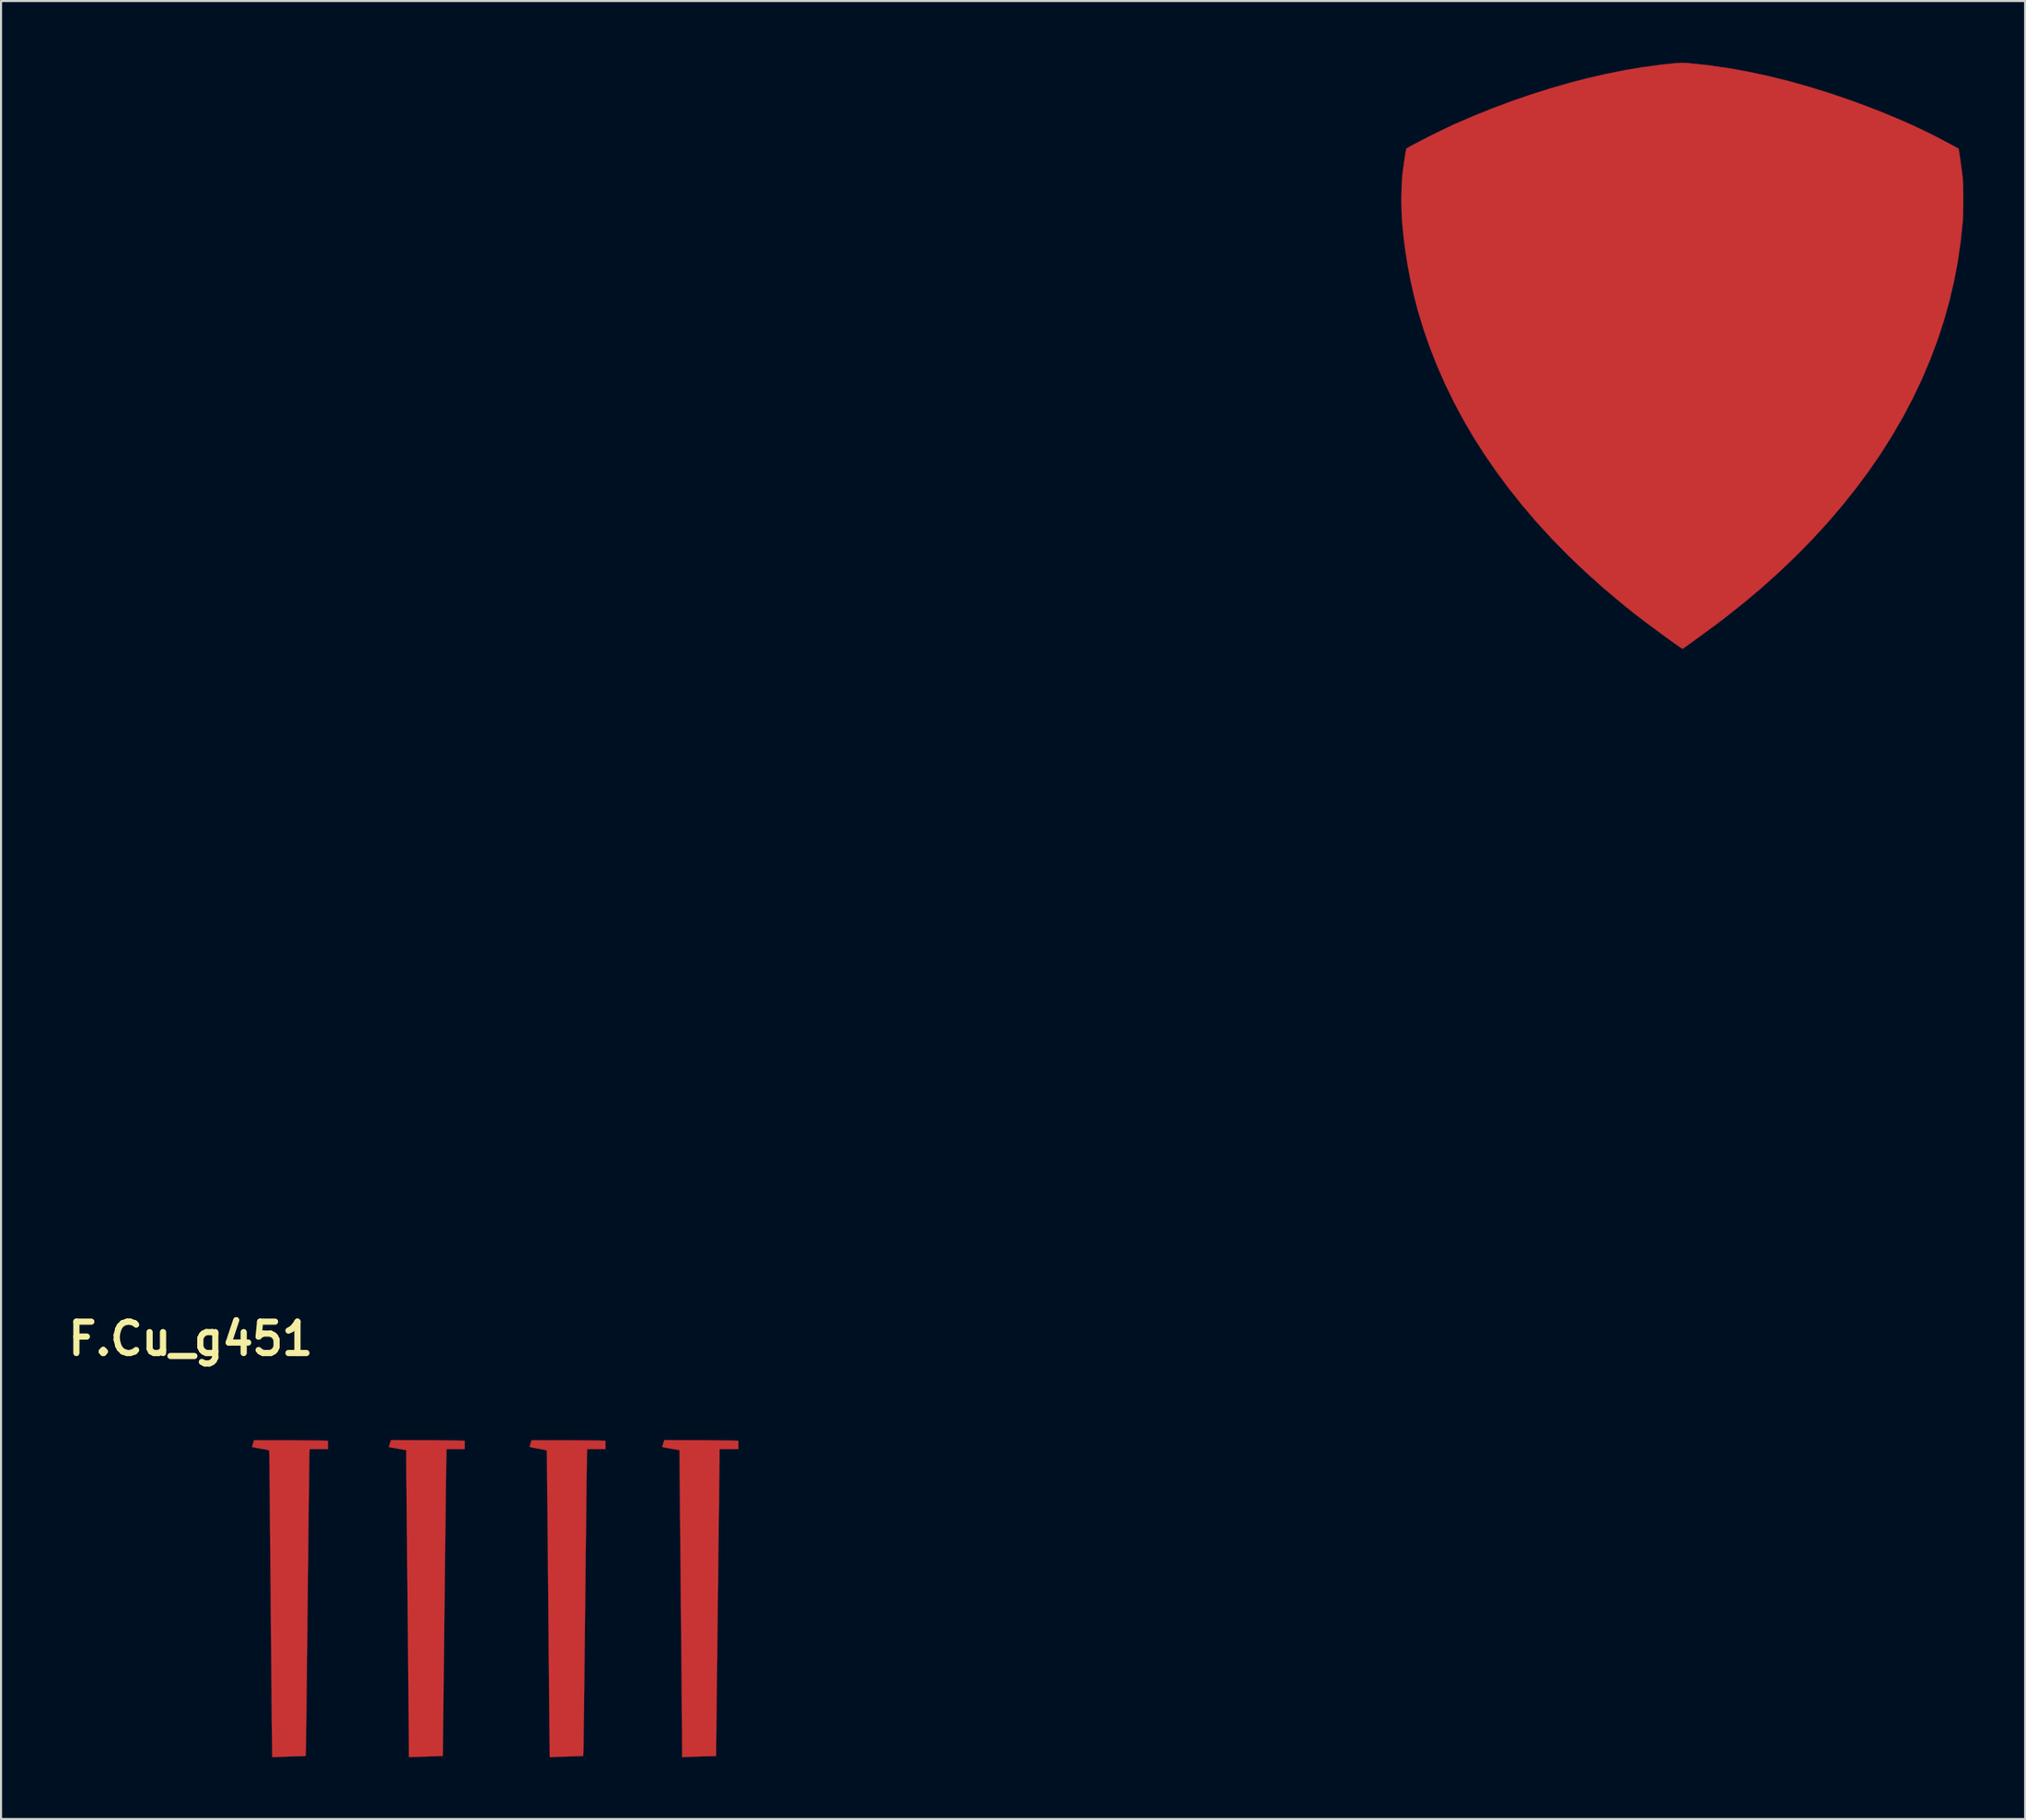
<source format=kicad_pcb>
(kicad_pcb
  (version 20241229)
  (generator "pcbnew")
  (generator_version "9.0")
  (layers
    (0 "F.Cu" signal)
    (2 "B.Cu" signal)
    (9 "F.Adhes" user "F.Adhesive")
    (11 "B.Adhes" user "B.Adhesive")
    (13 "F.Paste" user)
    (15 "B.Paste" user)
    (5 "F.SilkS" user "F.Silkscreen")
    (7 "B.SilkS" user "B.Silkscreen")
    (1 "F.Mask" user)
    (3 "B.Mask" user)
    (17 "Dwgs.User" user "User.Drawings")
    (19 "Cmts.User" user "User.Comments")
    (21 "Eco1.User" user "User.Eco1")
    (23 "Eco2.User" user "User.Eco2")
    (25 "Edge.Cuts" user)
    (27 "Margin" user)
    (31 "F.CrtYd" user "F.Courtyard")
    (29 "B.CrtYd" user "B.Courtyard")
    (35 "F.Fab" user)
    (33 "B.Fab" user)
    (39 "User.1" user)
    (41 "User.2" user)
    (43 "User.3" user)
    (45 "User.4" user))
  (footprint "F.Cu_g451"
    (layer "F.Cu")
    (at 6.212 61.996)
    (property "Reference" "F.Cu_g451" (at 0 0 0) (layer "F.SilkS") (effects (font (size 1.524 1.524) (thickness 0.3))))
    (attr through_hole)
    (fp_poly (pts (xy 11.224 4.926) (xy 11.48 4.927) (xy 11.732 4.928) (xy 11.974 4.93) (xy 12.202 4.932) (xy 12.411 4.934) (xy 12.598 4.936) (xy 12.758 4.938) (xy 12.887 4.941) (xy 12.98 4.943) (xy 13.012 4.944) (xy 13.314 4.957) (xy 13.314 5.355) (xy 12.43 5.355) (xy 12.417 5.868) (xy 12.415 5.931) (xy 12.414 6.034) (xy 12.411 6.176) (xy 12.409 6.354) (xy 12.406 6.568) (xy 12.403 6.816) (xy 12.399 7.095) (xy 12.395 7.404) (xy 12.391 7.742) (xy 12.386 8.105) (xy 12.382 8.494) (xy 12.377 8.905) (xy 12.372 9.337) (xy 12.366 9.789) (xy 12.361 10.258) (xy 12.355 10.743) (xy 12.349 11.242) (xy 12.343 11.753) (xy 12.337 12.275) (xy 12.331 12.806) (xy 12.329 13.018) (xy 12.323 13.548) (xy 12.317 14.07) (xy 12.311 14.581) (xy 12.306 15.079) (xy 12.3 15.563) (xy 12.295 16.031) (xy 12.29 16.481) (xy 12.285 16.911) (xy 12.28 17.321) (xy 12.276 17.707) (xy 12.272 18.069) (xy 12.268 18.405) (xy 12.264 18.713) (xy 12.261 18.992) (xy 12.258 19.239) (xy 12.256 19.453) (xy 12.254 19.632) (xy 12.252 19.775) (xy 12.251 19.879) (xy 12.25 19.944) (xy 12.25 19.96) (xy 12.245 20.267) (xy 11.885 20.28) (xy 11.746 20.285) (xy 11.579 20.291) (xy 11.398 20.297) (xy 11.218 20.303) (xy 11.065 20.308) (xy 10.604 20.322) (xy 10.604 19.967) (xy 10.604 19.917) (xy 10.603 19.827) (xy 10.602 19.698) (xy 10.601 19.531) (xy 10.599 19.33) (xy 10.597 19.094) (xy 10.595 18.827) (xy 10.592 18.529) (xy 10.59 18.202) (xy 10.586 17.849) (xy 10.583 17.471) (xy 10.579 17.069) (xy 10.575 16.645) (xy 10.571 16.201) (xy 10.567 15.74) (xy 10.563 15.261) (xy 10.558 14.768) (xy 10.553 14.261) (xy 10.548 13.743) (xy 10.543 13.215) (xy 10.541 12.975) (xy 10.536 12.442) (xy 10.531 11.918) (xy 10.526 11.403) (xy 10.521 10.901) (xy 10.517 10.411) (xy 10.513 9.938) (xy 10.508 9.481) (xy 10.504 9.043) (xy 10.501 8.625) (xy 10.497 8.23) (xy 10.494 7.859) (xy 10.491 7.514) (xy 10.488 7.196) (xy 10.485 6.908) (xy 10.483 6.651) (xy 10.482 6.427) (xy 10.48 6.237) (xy 10.479 6.083) (xy 10.478 5.968) (xy 10.478 5.893) (xy 10.478 5.874) (xy 10.477 5.408) (xy 10.059 5.336) (xy 9.932 5.314) (xy 9.819 5.294) (xy 9.728 5.277) (xy 9.665 5.265) (xy 9.635 5.259) (xy 9.634 5.258) (xy 9.637 5.237) (xy 9.651 5.185) (xy 9.673 5.113) (xy 9.682 5.087) (xy 9.737 4.921) (xy 11.224 4.926)) (stroke (width 0.01) (type solid)) (fill yes) (layer "F.Cu"))
    (fp_poly (pts (xy 24.485 4.926) (xy 24.742 4.927) (xy 24.994 4.928) (xy 25.236 4.93) (xy 25.466 4.932) (xy 25.677 4.934) (xy 25.866 4.936) (xy 26.028 4.938) (xy 26.158 4.941) (xy 26.253 4.943) (xy 26.284 4.944) (xy 26.607 4.957) (xy 26.607 5.355) (xy 25.696 5.355) (xy 25.696 5.435) (xy 25.696 5.462) (xy 25.695 5.529) (xy 25.694 5.636) (xy 25.692 5.781) (xy 25.69 5.962) (xy 25.688 6.177) (xy 25.685 6.425) (xy 25.682 6.704) (xy 25.678 7.014) (xy 25.674 7.351) (xy 25.67 7.715) (xy 25.665 8.104) (xy 25.66 8.517) (xy 25.655 8.952) (xy 25.65 9.407) (xy 25.644 9.88) (xy 25.638 10.371) (xy 25.632 10.878) (xy 25.626 11.399) (xy 25.62 11.932) (xy 25.613 12.476) (xy 25.612 12.626) (xy 25.605 13.175) (xy 25.599 13.715) (xy 25.593 14.243) (xy 25.586 14.759) (xy 25.581 15.26) (xy 25.575 15.745) (xy 25.569 16.213) (xy 25.564 16.661) (xy 25.559 17.089) (xy 25.555 17.494) (xy 25.55 17.875) (xy 25.546 18.23) (xy 25.543 18.558) (xy 25.539 18.856) (xy 25.536 19.125) (xy 25.534 19.36) (xy 25.531 19.562) (xy 25.53 19.729) (xy 25.528 19.858) (xy 25.528 19.949) (xy 25.527 19.999) (xy 25.527 20.005) (xy 25.527 20.272) (xy 25.014 20.286) (xy 24.847 20.29) (xy 24.673 20.296) (xy 24.503 20.301) (xy 24.349 20.306) (xy 24.221 20.311) (xy 24.188 20.313) (xy 23.876 20.326) (xy 23.876 19.693) (xy 23.876 19.621) (xy 23.875 19.508) (xy 23.874 19.357) (xy 23.873 19.169) (xy 23.871 18.945) (xy 23.869 18.689) (xy 23.867 18.401) (xy 23.864 18.083) (xy 23.861 17.737) (xy 23.858 17.366) (xy 23.854 16.97) (xy 23.851 16.551) (xy 23.847 16.112) (xy 23.843 15.655) (xy 23.838 15.18) (xy 23.834 14.69) (xy 23.829 14.187) (xy 23.824 13.672) (xy 23.819 13.147) (xy 23.814 12.615) (xy 23.812 12.425) (xy 23.807 11.895) (xy 23.803 11.376) (xy 23.798 10.868) (xy 23.793 10.373) (xy 23.789 9.893) (xy 23.784 9.43) (xy 23.78 8.984) (xy 23.776 8.559) (xy 23.772 8.155) (xy 23.769 7.775) (xy 23.765 7.419) (xy 23.762 7.09) (xy 23.76 6.789) (xy 23.757 6.518) (xy 23.755 6.278) (xy 23.753 6.072) (xy 23.752 5.9) (xy 23.75 5.765) (xy 23.75 5.668) (xy 23.749 5.611) (xy 23.749 5.598) (xy 23.749 5.407) (xy 23.335 5.335) (xy 23.208 5.312) (xy 23.097 5.292) (xy 23.007 5.274) (xy 22.944 5.26) (xy 22.916 5.252) (xy 22.915 5.251) (xy 22.918 5.226) (xy 22.932 5.172) (xy 22.953 5.099) (xy 22.959 5.08) (xy 23.01 4.921) (xy 24.485 4.926)) (stroke (width 0.01) (type solid)) (fill yes) (layer "F.Cu"))
    (fp_poly (pts (xy 4.636 4.93) (xy 4.896 4.93) (xy 5.148 4.931) (xy 5.39 4.933) (xy 5.617 4.934) (xy 5.825 4.936) (xy 6.01 4.938) (xy 6.167 4.94) (xy 6.294 4.942) (xy 6.385 4.944) (xy 6.429 4.946) (xy 6.668 4.959) (xy 6.668 5.355) (xy 5.782 5.355) (xy 5.771 5.551) (xy 5.77 5.587) (xy 5.768 5.664) (xy 5.766 5.78) (xy 5.764 5.934) (xy 5.761 6.123) (xy 5.758 6.347) (xy 5.755 6.603) (xy 5.751 6.89) (xy 5.747 7.207) (xy 5.743 7.551) (xy 5.738 7.921) (xy 5.733 8.316) (xy 5.728 8.734) (xy 5.723 9.173) (xy 5.718 9.632) (xy 5.712 10.109) (xy 5.707 10.602) (xy 5.701 11.109) (xy 5.695 11.63) (xy 5.69 12.163) (xy 5.684 12.705) (xy 5.684 12.711) (xy 5.678 13.254) (xy 5.672 13.789) (xy 5.666 14.312) (xy 5.66 14.823) (xy 5.655 15.319) (xy 5.649 15.8) (xy 5.644 16.263) (xy 5.639 16.707) (xy 5.634 17.13) (xy 5.629 17.53) (xy 5.624 17.906) (xy 5.62 18.257) (xy 5.616 18.579) (xy 5.612 18.873) (xy 5.609 19.136) (xy 5.606 19.366) (xy 5.603 19.563) (xy 5.601 19.723) (xy 5.599 19.846) (xy 5.597 19.93) (xy 5.596 19.973) (xy 5.584 20.272) (xy 5.083 20.286) (xy 4.918 20.29) (xy 4.746 20.296) (xy 4.577 20.301) (xy 4.424 20.307) (xy 4.299 20.311) (xy 4.274 20.313) (xy 3.965 20.326) (xy 3.952 19.354) (xy 3.951 19.253) (xy 3.949 19.112) (xy 3.947 18.932) (xy 3.945 18.715) (xy 3.942 18.464) (xy 3.94 18.181) (xy 3.936 17.867) (xy 3.933 17.524) (xy 3.93 17.155) (xy 3.926 16.762) (xy 3.922 16.345) (xy 3.918 15.908) (xy 3.914 15.452) (xy 3.91 14.98) (xy 3.905 14.492) (xy 3.901 13.992) (xy 3.896 13.481) (xy 3.892 12.961) (xy 3.887 12.434) (xy 3.883 11.938) (xy 3.878 11.418) (xy 3.874 10.909) (xy 3.87 10.412) (xy 3.865 9.929) (xy 3.861 9.462) (xy 3.857 9.012) (xy 3.853 8.581) (xy 3.849 8.171) (xy 3.845 7.783) (xy 3.842 7.419) (xy 3.838 7.08) (xy 3.835 6.769) (xy 3.832 6.486) (xy 3.83 6.234) (xy 3.827 6.014) (xy 3.825 5.827) (xy 3.823 5.676) (xy 3.822 5.562) (xy 3.82 5.487) (xy 3.819 5.451) (xy 3.819 5.449) (xy 3.813 5.434) (xy 3.797 5.42) (xy 3.765 5.407) (xy 3.713 5.393) (xy 3.634 5.376) (xy 3.524 5.356) (xy 3.398 5.334) (xy 3.272 5.311) (xy 3.161 5.29) (xy 3.072 5.272) (xy 3.011 5.259) (xy 2.985 5.251) (xy 2.985 5.25) (xy 2.99 5.226) (xy 3.006 5.172) (xy 3.027 5.099) (xy 3.032 5.083) (xy 3.08 4.927) (xy 4.636 4.93)) (stroke (width 0.01) (type solid)) (fill yes) (layer "F.Cu"))
    (fp_poly (pts (xy 18.119 4.93) (xy 18.379 4.93) (xy 18.632 4.931) (xy 18.874 4.933) (xy 19.1 4.934) (xy 19.308 4.936) (xy 19.493 4.938) (xy 19.65 4.94) (xy 19.777 4.942) (xy 19.868 4.944) (xy 19.913 4.946) (xy 20.151 4.959) (xy 20.151 5.355) (xy 19.266 5.355) (xy 19.254 5.551) (xy 19.253 5.587) (xy 19.251 5.664) (xy 19.249 5.78) (xy 19.247 5.934) (xy 19.244 6.123) (xy 19.241 6.347) (xy 19.238 6.603) (xy 19.234 6.89) (xy 19.23 7.207) (xy 19.226 7.551) (xy 19.221 7.921) (xy 19.217 8.316) (xy 19.212 8.734) (xy 19.206 9.173) (xy 19.201 9.632) (xy 19.196 10.109) (xy 19.19 10.602) (xy 19.184 11.109) (xy 19.179 11.63) (xy 19.173 12.163) (xy 19.167 12.705) (xy 19.167 12.711) (xy 19.161 13.254) (xy 19.155 13.789) (xy 19.149 14.312) (xy 19.143 14.823) (xy 19.138 15.319) (xy 19.132 15.8) (xy 19.127 16.263) (xy 19.122 16.707) (xy 19.117 17.13) (xy 19.112 17.53) (xy 19.108 17.906) (xy 19.103 18.257) (xy 19.099 18.579) (xy 19.096 18.873) (xy 19.092 19.136) (xy 19.089 19.366) (xy 19.086 19.563) (xy 19.084 19.723) (xy 19.082 19.846) (xy 19.08 19.93) (xy 19.079 19.973) (xy 19.067 20.272) (xy 18.566 20.286) (xy 18.401 20.29) (xy 18.229 20.296) (xy 18.06 20.301) (xy 17.908 20.307) (xy 17.783 20.311) (xy 17.757 20.313) (xy 17.448 20.326) (xy 17.435 19.354) (xy 17.434 19.253) (xy 17.432 19.112) (xy 17.43 18.932) (xy 17.428 18.715) (xy 17.426 18.464) (xy 17.423 18.181) (xy 17.42 17.867) (xy 17.417 17.524) (xy 17.413 17.155) (xy 17.409 16.762) (xy 17.406 16.345) (xy 17.402 15.908) (xy 17.397 15.452) (xy 17.393 14.98) (xy 17.389 14.492) (xy 17.384 13.992) (xy 17.38 13.481) (xy 17.375 12.961) (xy 17.371 12.434) (xy 17.366 11.938) (xy 17.362 11.418) (xy 17.357 10.909) (xy 17.353 10.412) (xy 17.349 9.929) (xy 17.344 9.462) (xy 17.34 9.012) (xy 17.336 8.581) (xy 17.332 8.171) (xy 17.329 7.783) (xy 17.325 7.419) (xy 17.322 7.08) (xy 17.318 6.769) (xy 17.316 6.486) (xy 17.313 6.234) (xy 17.31 6.014) (xy 17.308 5.827) (xy 17.306 5.676) (xy 17.305 5.562) (xy 17.304 5.487) (xy 17.303 5.451) (xy 17.302 5.449) (xy 17.296 5.434) (xy 17.28 5.42) (xy 17.248 5.407) (xy 17.196 5.393) (xy 17.117 5.376) (xy 17.007 5.356) (xy 16.881 5.334) (xy 16.755 5.311) (xy 16.644 5.29) (xy 16.555 5.272) (xy 16.495 5.259) (xy 16.468 5.251) (xy 16.468 5.25) (xy 16.474 5.226) (xy 16.489 5.172) (xy 16.511 5.099) (xy 16.515 5.083) (xy 16.563 4.927) (xy 18.119 4.93)) (stroke (width 0.01) (type solid)) (fill yes) (layer "F.Cu"))
    (fp_poly (pts (xy 72.555 -61.991) (xy 72.648 -61.987) (xy 72.744 -61.98) (xy 72.766 -61.978) (xy 73.704 -61.879) (xy 74.659 -61.742) (xy 75.631 -61.568) (xy 76.617 -61.358) (xy 77.616 -61.111) (xy 78.628 -60.829) (xy 79.649 -60.511) (xy 80.679 -60.158) (xy 81.716 -59.771) (xy 82.307 -59.536) (xy 82.778 -59.341) (xy 83.218 -59.153) (xy 83.635 -58.968) (xy 84.036 -58.781) (xy 84.432 -58.589) (xy 84.831 -58.387) (xy 85.242 -58.171) (xy 85.406 -58.084) (xy 85.535 -58.014) (xy 85.651 -57.951) (xy 85.749 -57.897) (xy 85.825 -57.856) (xy 85.872 -57.83) (xy 85.887 -57.821) (xy 85.892 -57.798) (xy 85.903 -57.739) (xy 85.917 -57.649) (xy 85.934 -57.535) (xy 85.954 -57.403) (xy 85.975 -57.258) (xy 85.996 -57.106) (xy 86.017 -56.953) (xy 86.037 -56.805) (xy 86.055 -56.668) (xy 86.071 -56.548) (xy 86.082 -56.45) (xy 86.088 -56.399) (xy 86.097 -56.285) (xy 86.104 -56.135) (xy 86.109 -55.957) (xy 86.113 -55.758) (xy 86.115 -55.545) (xy 86.115 -55.324) (xy 86.114 -55.103) (xy 86.111 -54.888) (xy 86.107 -54.687) (xy 86.101 -54.507) (xy 86.093 -54.354) (xy 86.088 -54.282) (xy 85.987 -53.298) (xy 85.845 -52.323) (xy 85.661 -51.357) (xy 85.436 -50.401) (xy 85.17 -49.453) (xy 84.862 -48.515) (xy 84.513 -47.585) (xy 84.123 -46.664) (xy 83.691 -45.751) (xy 83.218 -44.847) (xy 83.172 -44.764) (xy 82.662 -43.885) (xy 82.112 -43.015) (xy 81.522 -42.156) (xy 80.893 -41.309) (xy 80.226 -40.473) (xy 79.522 -39.651) (xy 78.781 -38.843) (xy 78.005 -38.051) (xy 77.194 -37.274) (xy 76.35 -36.515) (xy 75.473 -35.774) (xy 74.563 -35.052) (xy 74.237 -34.803) (xy 74.149 -34.737) (xy 74.04 -34.656) (xy 73.914 -34.563) (xy 73.774 -34.46) (xy 73.624 -34.35) (xy 73.47 -34.237) (xy 73.313 -34.122) (xy 73.159 -34.01) (xy 73.012 -33.902) (xy 72.875 -33.803) (xy 72.752 -33.714) (xy 72.648 -33.639) (xy 72.566 -33.58) (xy 72.51 -33.541) (xy 72.485 -33.524) (xy 72.464 -33.534) (xy 72.412 -33.565) (xy 72.335 -33.617) (xy 72.235 -33.685) (xy 72.116 -33.768) (xy 71.984 -33.862) (xy 71.841 -33.966) (xy 71.84 -33.966) (xy 71.529 -34.192) (xy 71.249 -34.398) (xy 70.995 -34.586) (xy 70.762 -34.76) (xy 70.545 -34.923) (xy 70.342 -35.079) (xy 70.146 -35.231) (xy 69.954 -35.383) (xy 69.761 -35.537) (xy 69.563 -35.698) (xy 69.514 -35.738) (xy 68.614 -36.495) (xy 67.755 -37.266) (xy 66.934 -38.049) (xy 66.152 -38.846) (xy 65.407 -39.658) (xy 64.699 -40.486) (xy 64.027 -41.331) (xy 63.39 -42.193) (xy 62.872 -42.947) (xy 62.337 -43.785) (xy 61.837 -44.638) (xy 61.373 -45.504) (xy 60.945 -46.382) (xy 60.555 -47.269) (xy 60.203 -48.163) (xy 59.89 -49.061) (xy 59.618 -49.962) (xy 59.417 -50.736) (xy 59.261 -51.436) (xy 59.126 -52.145) (xy 59.013 -52.851) (xy 58.923 -53.545) (xy 58.859 -54.218) (xy 58.854 -54.277) (xy 58.838 -54.539) (xy 58.827 -54.822) (xy 58.822 -55.117) (xy 58.821 -55.417) (xy 58.825 -55.714) (xy 58.833 -55.999) (xy 58.847 -56.266) (xy 58.864 -56.507) (xy 58.886 -56.706) (xy 58.91 -56.887) (xy 58.935 -57.066) (xy 58.96 -57.238) (xy 58.984 -57.396) (xy 59.006 -57.537) (xy 59.027 -57.655) (xy 59.044 -57.745) (xy 59.057 -57.802) (xy 59.064 -57.82) (xy 59.098 -57.846) (xy 59.167 -57.889) (xy 59.266 -57.945) (xy 59.392 -58.014) (xy 59.54 -58.093) (xy 59.708 -58.181) (xy 59.889 -58.275) (xy 60.082 -58.373) (xy 60.282 -58.473) (xy 60.485 -58.574) (xy 60.687 -58.674) (xy 60.884 -58.769) (xy 61.073 -58.859) (xy 61.249 -58.942) (xy 61.399 -59.01) (xy 62.311 -59.406) (xy 63.233 -59.778) (xy 64.163 -60.126) (xy 65.096 -60.448) (xy 66.028 -60.743) (xy 66.957 -61.011) (xy 67.879 -61.25) (xy 68.79 -61.459) (xy 69.687 -61.638) (xy 70.565 -61.785) (xy 71.423 -61.9) (xy 71.522 -61.911) (xy 71.751 -61.936) (xy 71.943 -61.956) (xy 72.104 -61.971) (xy 72.24 -61.982) (xy 72.357 -61.989) (xy 72.46 -61.991) (xy 72.555 -61.991)) (stroke (width 0.01) (type solid)) (fill yes) (layer "F.Cu")))
  (gr_rect
    (start -3 -3)
    (end 95.333 85.327)
    (stroke (width 0.1) (type default))
    (fill no)
    (layer "Edge.Cuts")))
</source>
